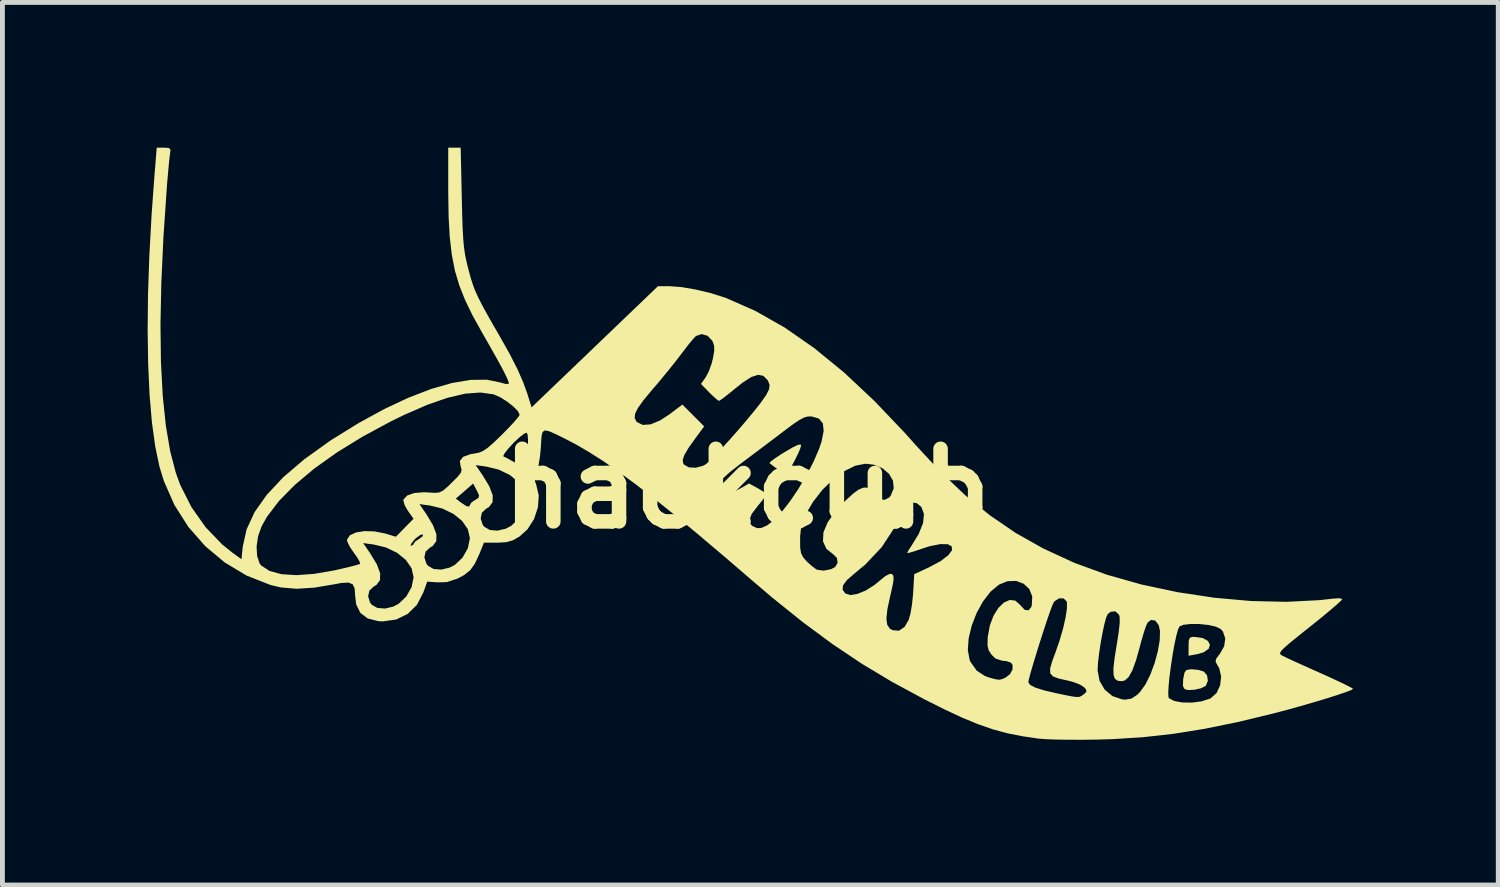
<source format=kicad_pcb>
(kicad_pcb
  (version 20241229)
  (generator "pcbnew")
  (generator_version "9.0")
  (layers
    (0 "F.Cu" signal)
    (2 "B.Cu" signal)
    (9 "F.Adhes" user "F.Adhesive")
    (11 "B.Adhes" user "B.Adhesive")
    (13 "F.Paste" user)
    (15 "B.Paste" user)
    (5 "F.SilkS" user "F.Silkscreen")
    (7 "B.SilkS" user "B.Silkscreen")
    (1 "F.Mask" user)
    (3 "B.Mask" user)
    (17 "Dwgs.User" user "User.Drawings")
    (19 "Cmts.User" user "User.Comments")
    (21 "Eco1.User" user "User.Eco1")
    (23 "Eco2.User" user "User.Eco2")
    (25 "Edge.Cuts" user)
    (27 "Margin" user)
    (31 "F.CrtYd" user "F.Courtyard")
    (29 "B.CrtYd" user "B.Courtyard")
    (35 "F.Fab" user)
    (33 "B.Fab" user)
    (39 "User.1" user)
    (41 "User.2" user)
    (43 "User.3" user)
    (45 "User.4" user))
  (footprint "hackclub"
    (layer "F.Cu")
    (at 12.381 7.043)
    (property "Reference" "hackclub" (at 0 0 0) (layer "F.SilkS") (effects (font (size 1.5 1.5) (thickness 0.3))))
    (attr board_only exclude_from_pos_files exclude_from_bom)
    (fp_poly (pts (xy 9.409 3.086) (xy 9.521 3.146) (xy 9.565 3.225) (xy 9.539 3.309) (xy 9.437 3.382) (xy 9.307 3.42) (xy 9.123 3.454) (xy 9.123 3.258) (xy 9.128 3.136) (xy 9.152 3.08) (xy 9.209 3.064) (xy 9.231 3.063)) (stroke (width 0) (type solid)) (fill yes) (layer "F.SilkS"))
    (fp_poly (pts (xy 9.331 3.747) (xy 9.437 3.78) (xy 9.439 3.78) (xy 9.506 3.86) (xy 9.522 3.971) (xy 9.482 4.07) (xy 9.469 4.082) (xy 9.375 4.127) (xy 9.245 4.156) (xy 9.119 4.163) (xy 9.043 4.145) (xy 9.007 4.079) (xy 9.011 3.948) (xy 9.015 3.92) (xy 9.039 3.803) (xy 9.078 3.749) (xy 9.156 3.735) (xy 9.198 3.734)) (stroke (width 0) (type solid)) (fill yes) (layer "F.SilkS"))
    (fp_poly (pts (xy 1.118 -0.888) (xy 1.099 -0.82) (xy 1.05 -0.708) (xy 0.984 -0.575) (xy 0.913 -0.445) (xy 0.851 -0.344) (xy 0.811 -0.294) (xy 0.806 -0.293) (xy 0.758 -0.318) (xy 0.667 -0.377) (xy 0.635 -0.399) (xy 0.536 -0.471) (xy 0.473 -0.52) (xy 0.465 -0.526) (xy 0.49 -0.558) (xy 0.576 -0.623) (xy 0.708 -0.71) (xy 0.78 -0.754) (xy 0.949 -0.853) (xy 1.055 -0.903) (xy 1.107 -0.91)) (stroke (width 0) (type solid)) (fill yes) (layer "F.SilkS"))
    (fp_poly (pts (xy -11.943 -7.036) (xy -11.909 -7.001) (xy -11.915 -6.943) (xy -11.926 -6.862) (xy -11.942 -6.712) (xy -11.96 -6.513) (xy -11.98 -6.284) (xy -11.983 -6.238) (xy -12.054 -5.205) (xy -12.098 -4.256) (xy -12.116 -3.392) (xy -12.106 -2.612) (xy -12.069 -1.915) (xy -12.005 -1.301) (xy -11.915 -0.77) (xy -11.797 -0.32) (xy -11.708 -0.076) (xy -11.475 0.385) (xy -11.182 0.8) (xy -10.841 1.154) (xy -10.638 1.318) (xy -10.442 1.46) (xy -10.416 1.198) (xy -10.415 1.195) (xy -10.13 1.195) (xy -10.12 1.391) (xy -10.069 1.544) (xy -10.032 1.592) (xy -9.86 1.703) (xy -9.617 1.769) (xy -9.308 1.789) (xy -8.939 1.762) (xy -8.516 1.689) (xy -8.429 1.669) (xy -8.249 1.627) (xy -8.103 1.59) (xy -8.012 1.564) (xy -7.993 1.557) (xy -8 1.514) (xy -8.051 1.424) (xy -8.118 1.33) (xy -8.202 1.207) (xy -8.242 1.126) (xy -7.929 1.126) (xy -7.788 1.331) (xy -7.646 1.565) (xy -7.577 1.751) (xy -7.581 1.892) (xy -7.656 1.993) (xy -7.713 2.026) (xy -7.801 2.109) (xy -7.826 2.228) (xy -7.785 2.356) (xy -7.752 2.4) (xy -7.636 2.466) (xy -7.479 2.479) (xy -7.307 2.439) (xy -7.195 2.38) (xy -7.038 2.231) (xy -6.929 2.038) (xy -6.887 1.835) (xy -6.887 1.829) (xy -6.929 1.645) (xy -7.047 1.474) (xy -7.227 1.328) (xy -7.454 1.218) (xy -7.61 1.18) (xy -6.949 1.18) (xy -6.94 1.185) (xy -6.89 1.156) (xy -6.887 1.142) (xy -6.851 1.092) (xy -6.768 1.037) (xy -6.699 0.986) (xy -6.693 0.948) (xy -6.695 0.947) (xy -6.75 0.959) (xy -6.835 1.022) (xy -6.866 1.052) (xy -6.932 1.133) (xy -6.949 1.18) (xy -7.61 1.18) (xy -7.71 1.156) (xy -7.929 1.126) (xy -8.242 1.126) (xy -8.254 1.103) (xy -8.263 1.055) (xy -8.204 0.966) (xy -8.077 0.907) (xy -7.901 0.879) (xy -7.694 0.885) (xy -7.474 0.928) (xy -7.457 0.934) (xy -7.252 0.995) (xy -7.07 0.809) (xy -6.888 0.624) (xy -7.005 0.459) (xy -7.072 0.342) (xy -7.078 0.321) (xy -6.766 0.321) (xy -6.625 0.526) (xy -6.484 0.76) (xy -6.415 0.946) (xy -6.418 1.087) (xy -6.493 1.188) (xy -6.55 1.221) (xy -6.639 1.304) (xy -6.664 1.423) (xy -6.622 1.551) (xy -6.589 1.595) (xy -6.474 1.661) (xy -6.316 1.674) (xy -6.145 1.634) (xy -6.032 1.575) (xy -5.875 1.426) (xy -5.766 1.233) (xy -5.724 1.03) (xy -5.724 1.024) (xy -5.766 0.84) (xy -5.884 0.669) (xy -6.064 0.523) (xy -6.292 0.413) (xy -6.547 0.351) (xy -6.766 0.321) (xy -7.078 0.321) (xy -7.098 0.247) (xy -7.095 0.225) (xy -7.078 0.207) (xy -6.014 0.207) (xy -5.902 0.293) (xy -5.792 0.365) (xy -5.735 0.371) (xy -5.724 0.337) (xy -5.689 0.286) (xy -5.616 0.236) (xy -5.547 0.193) (xy -5.533 0.146) (xy -5.57 0.062) (xy -5.582 0.038) (xy -5.657 -0.103) (xy -5.835 0.052) (xy -6.014 0.207) (xy -7.078 0.207) (xy -7.018 0.143) (xy -6.872 0.092) (xy -6.673 0.076) (xy -6.574 0.081) (xy -6.444 0.089) (xy -6.354 0.08) (xy -6.275 0.04) (xy -6.179 -0.043) (xy -6.097 -0.123) (xy -5.977 -0.243) (xy -5.913 -0.323) (xy -5.895 -0.384) (xy -5.91 -0.444) (xy -5.914 -0.455) (xy -5.919 -0.484) (xy -5.604 -0.484) (xy -5.463 -0.279) (xy -5.321 -0.045) (xy -5.252 0.141) (xy -5.255 0.282) (xy -5.33 0.383) (xy -5.387 0.416) (xy -5.476 0.499) (xy -5.501 0.618) (xy -5.46 0.746) (xy -5.426 0.79) (xy -5.311 0.856) (xy -5.154 0.869) (xy -4.982 0.829) (xy -4.87 0.77) (xy -4.713 0.621) (xy -4.604 0.428) (xy -4.561 0.225) (xy -4.561 0.219) (xy -4.604 0.035) (xy -4.722 -0.136) (xy -4.901 -0.282) (xy -5.129 -0.392) (xy -5.384 -0.454) (xy -5.604 -0.484) (xy -5.919 -0.484) (xy -5.931 -0.57) (xy -5.864 -0.655) (xy -5.826 -0.669) (xy -5.035 -0.669) (xy -5.031 -0.665) (xy -4.967 -0.633) (xy -4.859 -0.574) (xy -4.807 -0.544) (xy -4.697 -0.489) (xy -4.623 -0.482) (xy -4.576 -0.533) (xy -4.548 -0.654) (xy -4.528 -0.85) (xy -4.522 -1.001) (xy -4.531 -1.112) (xy -4.548 -1.154) (xy -4.597 -1.137) (xy -4.689 -1.068) (xy -4.805 -0.96) (xy -4.833 -0.932) (xy -4.941 -0.813) (xy -5.012 -0.72) (xy -5.035 -0.669) (xy -5.826 -0.669) (xy -5.713 -0.71) (xy -5.629 -0.724) (xy -5.536 -0.742) (xy -5.449 -0.778) (xy -5.353 -0.844) (xy -5.23 -0.951) (xy -5.064 -1.111) (xy -4.918 -1.259) (xy -4.8 -1.387) (xy -4.741 -1.457) (xy -2.32 -1.457) (xy -2.283 -1.385) (xy -2.272 -1.373) (xy -2.153 -1.315) (xy -1.992 -1.326) (xy -1.798 -1.406) (xy -1.61 -1.527) (xy -1.334 -1.735) (xy -1.109 -1.51) (xy -0.884 -1.285) (xy -1.068 -1.035) (xy -1.206 -0.841) (xy -1.29 -0.699) (xy -1.326 -0.599) (xy -1.319 -0.526) (xy -1.298 -0.493) (xy -1.2 -0.438) (xy -1.059 -0.43) (xy -0.909 -0.47) (xy -0.857 -0.497) (xy -0.786 -0.556) (xy -0.671 -0.671) (xy -0.523 -0.827) (xy -0.355 -1.012) (xy -0.179 -1.211) (xy -0.008 -1.411) (xy 0.147 -1.598) (xy 0.274 -1.758) (xy 0.28 -1.766) (xy 0.396 -1.93) (xy 0.456 -2.049) (xy 0.468 -2.14) (xy 0.436 -2.225) (xy 0.425 -2.242) (xy 0.339 -2.328) (xy 0.232 -2.35) (xy 0.093 -2.306) (xy -0.084 -2.193) (xy -0.227 -2.079) (xy -0.37 -1.963) (xy -0.487 -1.871) (xy -0.561 -1.819) (xy -0.578 -1.811) (xy -0.623 -1.841) (xy -0.708 -1.916) (xy -0.779 -1.986) (xy -0.95 -2.162) (xy -0.853 -2.298) (xy -0.788 -2.421) (xy -0.729 -2.587) (xy -0.704 -2.685) (xy -0.676 -2.842) (xy -0.677 -2.947) (xy -0.707 -3.034) (xy -0.718 -3.055) (xy -0.814 -3.156) (xy -0.935 -3.191) (xy -1.052 -3.152) (xy -1.059 -3.146) (xy -1.117 -3.084) (xy -1.211 -2.971) (xy -1.322 -2.826) (xy -1.362 -2.773) (xy -1.489 -2.608) (xy -1.653 -2.404) (xy -1.829 -2.191) (xy -1.96 -2.038) (xy -2.135 -1.828) (xy -2.25 -1.668) (xy -2.31 -1.548) (xy -2.32 -1.457) (xy -4.741 -1.457) (xy -4.721 -1.481) (xy -4.695 -1.525) (xy -4.732 -1.599) (xy -4.825 -1.695) (xy -4.954 -1.796) (xy -5.094 -1.885) (xy -5.225 -1.943) (xy -5.241 -1.948) (xy -5.506 -1.984) (xy -5.819 -1.961) (xy -6.183 -1.876) (xy -6.602 -1.731) (xy -7.079 -1.523) (xy -7.356 -1.388) (xy -7.943 -1.071) (xy -8.474 -0.744) (xy -8.942 -0.41) (xy -9.341 -0.075) (xy -9.668 0.257) (xy -9.915 0.582) (xy -10.027 0.781) (xy -10.099 0.984) (xy -10.13 1.195) (xy -10.415 1.195) (xy -10.337 0.844) (xy -10.172 0.487) (xy -9.918 0.127) (xy -9.576 -0.237) (xy -9.145 -0.605) (xy -8.626 -0.977) (xy -8.564 -1.018) (xy -8.017 -1.356) (xy -7.49 -1.644) (xy -6.99 -1.878) (xy -6.523 -2.058) (xy -6.093 -2.181) (xy -5.708 -2.245) (xy -5.372 -2.249) (xy -5.104 -2.193) (xy -4.987 -2.161) (xy -4.924 -2.163) (xy -4.919 -2.173) (xy -4.934 -2.23) (xy -4.981 -2.335) (xy -5.062 -2.495) (xy -5.183 -2.714) (xy -5.344 -2.999) (xy -5.467 -3.213) (xy -5.663 -3.566) (xy -5.82 -3.888) (xy -5.942 -4.195) (xy -6.034 -4.504) (xy -6.098 -4.833) (xy -6.14 -5.197) (xy -6.163 -5.613) (xy -6.171 -6.099) (xy -6.171 -6.182) (xy -6.171 -7.043) (xy -6.043 -7.043) (xy -5.914 -7.043) (xy -5.891 -6.003) (xy -5.883 -5.658) (xy -5.874 -5.386) (xy -5.862 -5.172) (xy -5.847 -4.997) (xy -5.826 -4.848) (xy -5.798 -4.707) (xy -5.762 -4.558) (xy -5.753 -4.525) (xy -5.71 -4.364) (xy -5.666 -4.224) (xy -5.616 -4.09) (xy -5.552 -3.949) (xy -5.468 -3.784) (xy -5.357 -3.581) (xy -5.211 -3.325) (xy -5.103 -3.139) (xy -4.9 -2.778) (xy -4.743 -2.47) (xy -4.623 -2.198) (xy -4.531 -1.943) (xy -4.522 -1.912) (xy -4.449 -1.678) (xy -3.144 -2.929) (xy -1.838 -4.181) (xy -1.61 -4.181) (xy -1.359 -4.163) (xy -1.059 -4.112) (xy -0.745 -4.037) (xy -0.45 -3.943) (xy -0.425 -3.934) (xy 0.174 -3.67) (xy 0.777 -3.328) (xy 1.386 -2.905) (xy 2.004 -2.4) (xy 2.633 -1.81) (xy 3.275 -1.136) (xy 3.47 -0.916) (xy 3.992 -0.353) (xy 4.504 0.133) (xy 5.02 0.554) (xy 5.554 0.918) (xy 6.119 1.237) (xy 6.73 1.519) (xy 6.785 1.542) (xy 7.443 1.782) (xy 8.155 1.983) (xy 8.899 2.141) (xy 9.659 2.256) (xy 10.414 2.323) (xy 11.146 2.34) (xy 11.835 2.305) (xy 12.107 2.274) (xy 12.223 2.266) (xy 12.29 2.277) (xy 12.297 2.287) (xy 12.264 2.325) (xy 12.171 2.41) (xy 12.029 2.531) (xy 11.849 2.68) (xy 11.641 2.847) (xy 11.625 2.86) (xy 11.393 3.044) (xy 11.224 3.182) (xy 11.11 3.281) (xy 11.042 3.348) (xy 11.014 3.392) (xy 11.017 3.421) (xy 11.044 3.444) (xy 11.055 3.45) (xy 11.129 3.486) (xy 11.269 3.552) (xy 11.459 3.638) (xy 11.681 3.738) (xy 11.839 3.808) (xy 12.065 3.91) (xy 12.26 4.001) (xy 12.409 4.074) (xy 12.5 4.122) (xy 12.521 4.139) (xy 12.48 4.164) (xy 12.366 4.208) (xy 12.191 4.267) (xy 11.968 4.338) (xy 11.711 4.415) (xy 11.433 4.495) (xy 11.146 4.575) (xy 10.867 4.648) (xy 10.129 4.826) (xy 9.45 4.964) (xy 8.807 5.067) (xy 8.18 5.137) (xy 7.547 5.177) (xy 7.222 5.186) (xy 6.924 5.19) (xy 6.634 5.189) (xy 6.374 5.185) (xy 6.162 5.177) (xy 6.019 5.165) (xy 5.686 5.116) (xy 5.379 5.055) (xy 5.083 4.975) (xy 4.78 4.87) (xy 4.454 4.736) (xy 4.087 4.565) (xy 3.662 4.352) (xy 3.645 4.343) (xy 3.008 3.999) (xy 5.813 3.999) (xy 5.848 4.055) (xy 5.955 4.111) (xy 6.141 4.17) (xy 6.39 4.228) (xy 6.596 4.271) (xy 6.733 4.297) (xy 6.82 4.307) (xy 6.875 4.301) (xy 6.917 4.28) (xy 6.956 4.252) (xy 7.014 4.2) (xy 7.004 4.151) (xy 6.966 4.105) (xy 6.881 4.05) (xy 6.743 3.997) (xy 6.628 3.967) (xy 6.441 3.925) (xy 6.323 3.881) (xy 6.266 3.818) (xy 6.264 3.756) (xy 7.244 3.756) (xy 7.284 3.972) (xy 7.391 4.155) (xy 7.552 4.288) (xy 7.75 4.355) (xy 7.82 4.36) (xy 7.944 4.339) (xy 8.059 4.263) (xy 8.095 4.227) (xy 8.703 4.227) (xy 8.71 4.316) (xy 8.717 4.33) (xy 8.827 4.389) (xy 8.995 4.419) (xy 9.192 4.422) (xy 9.39 4.396) (xy 9.562 4.341) (xy 9.582 4.331) (xy 9.702 4.223) (xy 9.775 4.065) (xy 9.796 3.886) (xy 9.758 3.715) (xy 9.723 3.654) (xy 9.683 3.583) (xy 9.689 3.524) (xy 9.748 3.441) (xy 9.768 3.417) (xy 9.859 3.257) (xy 9.881 3.095) (xy 9.832 2.952) (xy 9.789 2.903) (xy 9.69 2.854) (xy 9.534 2.818) (xy 9.351 2.799) (xy 9.171 2.797) (xy 9.021 2.814) (xy 8.937 2.847) (xy 8.906 2.911) (xy 8.87 3.042) (xy 8.831 3.224) (xy 8.793 3.437) (xy 8.759 3.662) (xy 8.73 3.882) (xy 8.711 4.076) (xy 8.703 4.227) (xy 8.095 4.227) (xy 8.119 4.204) (xy 8.23 4.05) (xy 8.333 3.844) (xy 8.421 3.609) (xy 8.487 3.365) (xy 8.527 3.136) (xy 8.533 2.943) (xy 8.506 2.82) (xy 8.433 2.726) (xy 8.347 2.714) (xy 8.279 2.766) (xy 8.247 2.833) (xy 8.202 2.965) (xy 8.15 3.141) (xy 8.118 3.262) (xy 8.037 3.551) (xy 7.961 3.759) (xy 7.885 3.894) (xy 7.805 3.965) (xy 7.739 3.98) (xy 7.655 3.969) (xy 7.6 3.928) (xy 7.573 3.845) (xy 7.571 3.709) (xy 7.594 3.508) (xy 7.634 3.258) (xy 7.678 2.981) (xy 7.7 2.784) (xy 7.7 2.658) (xy 7.688 2.609) (xy 7.611 2.536) (xy 7.515 2.546) (xy 7.455 2.591) (xy 7.423 2.659) (xy 7.385 2.796) (xy 7.346 2.978) (xy 7.308 3.186) (xy 7.276 3.398) (xy 7.253 3.592) (xy 7.244 3.748) (xy 7.244 3.756) (xy 6.264 3.756) (xy 6.263 3.718) (xy 6.306 3.567) (xy 6.371 3.392) (xy 6.459 3.138) (xy 6.531 2.889) (xy 6.582 2.663) (xy 6.61 2.478) (xy 6.61 2.353) (xy 6.604 2.331) (xy 6.542 2.269) (xy 6.45 2.268) (xy 6.359 2.325) (xy 6.333 2.359) (xy 6.303 2.427) (xy 6.253 2.564) (xy 6.189 2.75) (xy 6.117 2.969) (xy 6.042 3.203) (xy 5.97 3.436) (xy 5.905 3.65) (xy 5.854 3.827) (xy 5.822 3.951) (xy 5.813 3.999) (xy 3.008 3.999) (xy 2.992 3.99) (xy 2.37 3.617) (xy 1.95 3.335) (xy 4.563 3.335) (xy 4.599 3.535) (xy 4.618 3.58) (xy 4.746 3.761) (xy 4.917 3.873) (xy 5.008 3.905) (xy 5.134 3.939) (xy 5.209 3.95) (xy 5.271 3.937) (xy 5.343 3.905) (xy 5.435 3.833) (xy 5.487 3.735) (xy 5.487 3.642) (xy 5.451 3.596) (xy 5.36 3.565) (xy 5.269 3.556) (xy 5.137 3.512) (xy 5.052 3.432) (xy 4.994 3.342) (xy 4.97 3.243) (xy 4.973 3.098) (xy 4.976 3.059) (xy 5.018 2.828) (xy 5.094 2.627) (xy 5.194 2.466) (xy 5.309 2.355) (xy 5.429 2.301) (xy 5.545 2.315) (xy 5.646 2.405) (xy 5.653 2.415) (xy 5.739 2.506) (xy 5.818 2.516) (xy 5.875 2.445) (xy 5.884 2.415) (xy 5.894 2.229) (xy 5.833 2.076) (xy 5.716 1.966) (xy 5.561 1.908) (xy 5.382 1.914) (xy 5.204 1.986) (xy 5.031 2.131) (xy 4.875 2.334) (xy 4.743 2.575) (xy 4.642 2.836) (xy 4.58 3.096) (xy 4.563 3.335) (xy 1.95 3.335) (xy 1.763 3.21) (xy 1.153 2.759) (xy 0.522 2.252) (xy 0.333 2.091) (xy 1.976 2.091) (xy 2.035 2.169) (xy 2.137 2.2) (xy 2.284 2.176) (xy 2.457 2.105) (xy 2.634 1.992) (xy 2.722 1.92) (xy 2.86 1.807) (xy 2.953 1.761) (xy 2.997 1.767) (xy 3.023 1.798) (xy 3.03 1.858) (xy 3.017 1.963) (xy 2.981 2.13) (xy 2.956 2.235) (xy 2.901 2.494) (xy 2.881 2.683) (xy 2.897 2.812) (xy 2.95 2.892) (xy 3.009 2.926) (xy 3.142 2.936) (xy 3.255 2.859) (xy 3.341 2.713) (xy 3.376 2.591) (xy 3.407 2.413) (xy 3.429 2.212) (xy 3.433 2.158) (xy 3.456 1.768) (xy 3.76 1.628) (xy 4.004 1.497) (xy 4.161 1.376) (xy 4.236 1.273) (xy 4.231 1.195) (xy 4.15 1.15) (xy 3.995 1.147) (xy 3.771 1.192) (xy 3.602 1.247) (xy 3.458 1.296) (xy 3.353 1.327) (xy 3.309 1.332) (xy 3.309 1.332) (xy 3.332 1.284) (xy 3.388 1.198) (xy 3.393 1.192) (xy 3.549 0.936) (xy 3.638 0.713) (xy 3.657 0.528) (xy 3.606 0.388) (xy 3.593 0.372) (xy 3.512 0.304) (xy 3.434 0.289) (xy 3.351 0.335) (xy 3.257 0.447) (xy 3.142 0.632) (xy 3.039 0.821) (xy 2.786 1.208) (xy 2.45 1.565) (xy 2.23 1.748) (xy 2.068 1.888) (xy 1.985 1.999) (xy 1.976 2.091) (xy 0.333 2.091) (xy 0.134 1.922) (xy -0.458 1.412) (xy -0.876 1.059) (xy 1.098 1.059) (xy 1.1 1.226) (xy 1.118 1.335) (xy 1.159 1.417) (xy 1.23 1.5) (xy 1.335 1.597) (xy 1.431 1.667) (xy 1.453 1.678) (xy 1.588 1.695) (xy 1.738 1.665) (xy 1.822 1.621) (xy 1.874 1.532) (xy 1.858 1.432) (xy 1.792 1.366) (xy 1.641 1.245) (xy 1.571 1.091) (xy 1.58 0.906) (xy 1.668 0.696) (xy 1.834 0.462) (xy 2.032 0.252) (xy 2.189 0.109) (xy 2.305 0.023) (xy 2.398 -0.016) (xy 2.453 -0.022) (xy 2.568 0.001) (xy 2.641 0.088) (xy 2.648 0.101) (xy 2.732 0.206) (xy 2.837 0.236) (xy 2.938 0.186) (xy 2.969 0.149) (xy 3.032 -0.005) (xy 3.017 -0.161) (xy 2.936 -0.303) (xy 2.801 -0.419) (xy 2.622 -0.493) (xy 2.45 -0.513) (xy 2.241 -0.473) (xy 2.014 -0.362) (xy 1.783 -0.193) (xy 1.562 0.022) (xy 1.369 0.27) (xy 1.248 0.472) (xy 1.163 0.656) (xy 1.117 0.811) (xy 1.099 0.982) (xy 1.098 1.059) (xy -0.876 1.059) (xy -0.991 0.961) (xy -1.471 0.564) (xy -1.903 0.217) (xy -2.183 0.001) (xy -0.624 0.001) (xy -0.605 0.065) (xy -0.531 0.107) (xy -0.404 0.102) (xy -0.248 0.053) (xy -0.146 0.003) (xy 0.043 -0.105) (xy 0.222 -0.008) (xy 0.329 0.056) (xy 0.394 0.107) (xy 0.402 0.12) (xy 0.375 0.168) (xy 0.305 0.26) (xy 0.224 0.358) (xy 0.099 0.523) (xy 0.05 0.649) (xy 0.076 0.74) (xy 0.123 0.779) (xy 0.215 0.819) (xy 0.302 0.812) (xy 0.415 0.762) (xy 0.554 0.658) (xy 0.715 0.487) (xy 0.888 0.265) (xy 1.062 0.008) (xy 1.227 -0.268) (xy 1.372 -0.547) (xy 1.487 -0.812) (xy 1.542 -0.974) (xy 1.585 -1.193) (xy 1.567 -1.349) (xy 1.486 -1.446) (xy 1.341 -1.489) (xy 1.337 -1.489) (xy 1.258 -1.489) (xy 1.178 -1.467) (xy 1.08 -1.415) (xy 0.946 -1.324) (xy 0.761 -1.185) (xy 0.756 -1.182) (xy 0.539 -1.017) (xy 0.286 -0.826) (xy 0.034 -0.637) (xy -0.122 -0.52) (xy -0.35 -0.342) (xy -0.506 -0.201) (xy -0.595 -0.089) (xy -0.624 0.001) (xy -2.183 0.001) (xy -2.293 -0.084) (xy -2.645 -0.344) (xy -2.965 -0.565) (xy -3.26 -0.753) (xy -3.533 -0.912) (xy -3.734 -1.017) (xy -3.943 -1.121) (xy -4.085 -1.184) (xy -4.172 -1.202) (xy -4.221 -1.17) (xy -4.243 -1.085) (xy -4.253 -0.942) (xy -4.257 -0.862) (xy -4.275 -0.668) (xy -4.304 -0.494) (xy -4.339 -0.372) (xy -4.346 -0.358) (xy -4.389 -0.247) (xy -4.379 -0.149) (xy -4.356 -0.089) (xy -4.301 0.14) (xy -4.318 0.387) (xy -4.398 0.63) (xy -4.535 0.844) (xy -4.7 0.992) (xy -4.836 1.069) (xy -4.969 1.107) (xy -5.144 1.118) (xy -5.161 1.118) (xy -5.433 1.118) (xy -5.53 1.357) (xy -5.621 1.551) (xy -5.716 1.686) (xy -5.841 1.786) (xy -5.976 1.859) (xy -6.198 1.932) (xy -6.389 1.938) (xy -6.605 1.923) (xy -6.685 2.146) (xy -6.817 2.401) (xy -7.007 2.589) (xy -7.244 2.705) (xy -7.521 2.744) (xy -7.616 2.739) (xy -7.834 2.684) (xy -7.987 2.568) (xy -8.073 2.392) (xy -8.094 2.215) (xy -8.104 2.066) (xy -8.145 1.977) (xy -8.231 1.942) (xy -8.376 1.95) (xy -8.51 1.975) (xy -8.936 2.047) (xy -9.303 2.07) (xy -9.626 2.043) (xy -9.843 1.992) (xy -10.336 1.798) (xy -10.787 1.528) (xy -11.191 1.19) (xy -11.54 0.792) (xy -11.828 0.339) (xy -12.047 -0.159) (xy -12.138 -0.457) (xy -12.224 -0.869) (xy -12.292 -1.363) (xy -12.341 -1.931) (xy -12.37 -2.568) (xy -12.381 -3.267) (xy -12.373 -4.022) (xy -12.345 -4.827) (xy -12.298 -5.675) (xy -12.245 -6.403) (xy -12.193 -7.043) (xy -12.043 -7.043)) (stroke (width 0) (type solid)) (fill yes) (layer "F.SilkS")))
  (gr_rect
    (start -3 -3)
    (end 27.902 15.233)
    (stroke (width 0.1) (type default))
    (fill no)
    (layer "Edge.Cuts")))
</source>
